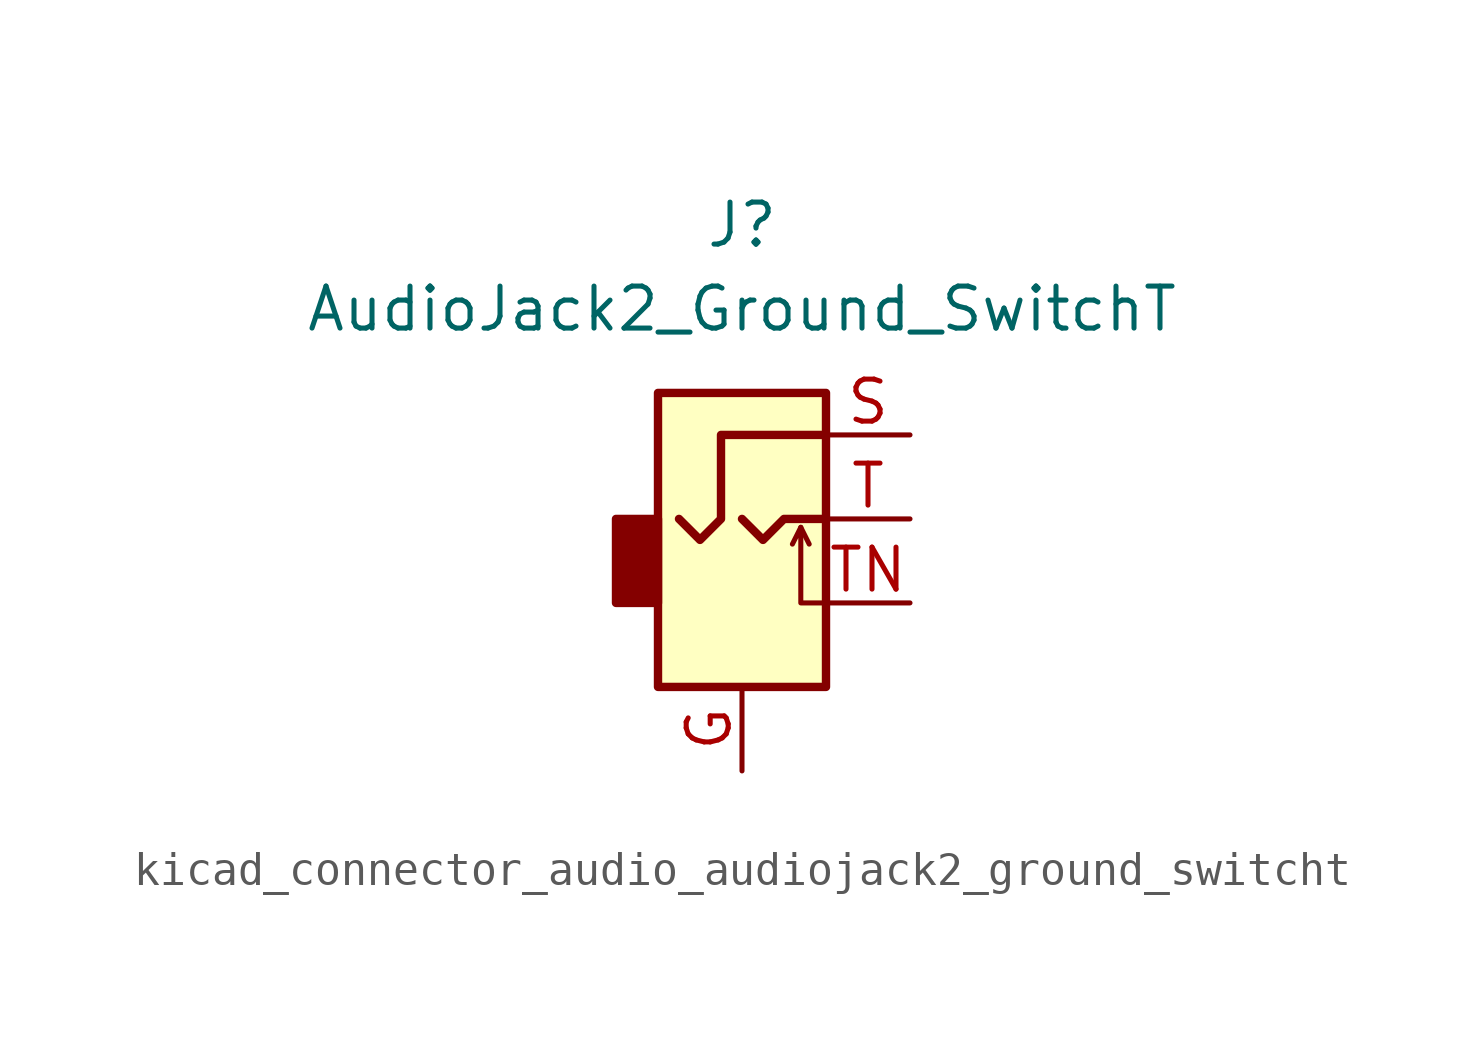
<source format=kicad_sym>
(kicad_symbol_lib
  (version 20220914)
  (generator kicad_symbol_editor)
  (symbol "kicad_connector_audio_audiojack2_ground_switcht"
    (property "Reference" "J"
      (at 0 8.89 0)
      (effects (font (size 1.27 1.27))))
    (property "Value" "AudioJack2_Ground_SwitchT"
      (at 0 6.35 0)
      (effects (font (size 1.27 1.27))))
    (symbol "kicad_connector_audio_audiojack2_ground_switcht_0_1"
      (rectangle (start -2.54 0) (end -3.81 -2.54) (stroke (width 0.254) (type default)) (fill (type outline)))
      (polyline (pts (xy 1.778 -0.254) (xy 2.032 -0.762)) (stroke (width 0) (type default)) (fill (type none)))
      (polyline (pts (xy 0 0) (xy 0.635 -0.635) (xy 1.27 0) (xy 2.54 0)) (stroke (width 0.254) (type default)) (fill (type none)))
      (polyline (pts (xy 2.54 -2.54) (xy 1.778 -2.54) (xy 1.778 -0.254) (xy 1.524 -0.762)) (stroke (width 0) (type default)) (fill (type none)))
      (polyline (pts (xy 2.54 2.54) (xy -0.635 2.54) (xy -0.635 0) (xy -1.27 -0.635) (xy -1.905 0)) (stroke (width 0.254) (type default)) (fill (type none)))
      (rectangle (start 2.54 3.81) (end -2.54 -5.08) (stroke (width 0.254) (type default)) (fill (type background))))
    (symbol "kicad_connector_audio_audiojack2_ground_switcht_1_1"
      (pin passive line (at 0 -7.62 90) (length 2.54) (name "~" (effects (font (size 1.27 1.27)))) (number "G" (effects (font (size 1.27 1.27)))))
      (pin passive line (at 5.08 2.54 180) (length 2.54) (name "~" (effects (font (size 1.27 1.27)))) (number "S" (effects (font (size 1.27 1.27)))))
      (pin passive line (at 5.08 0 180) (length 2.54) (name "~" (effects (font (size 1.27 1.27)))) (number "T" (effects (font (size 1.27 1.27)))))
      (pin passive line (at 5.08 -2.54 180) (length 2.54) (name "~" (effects (font (size 1.27 1.27)))) (number "TN" (effects (font (size 1.27 1.27))))))))
</source>
